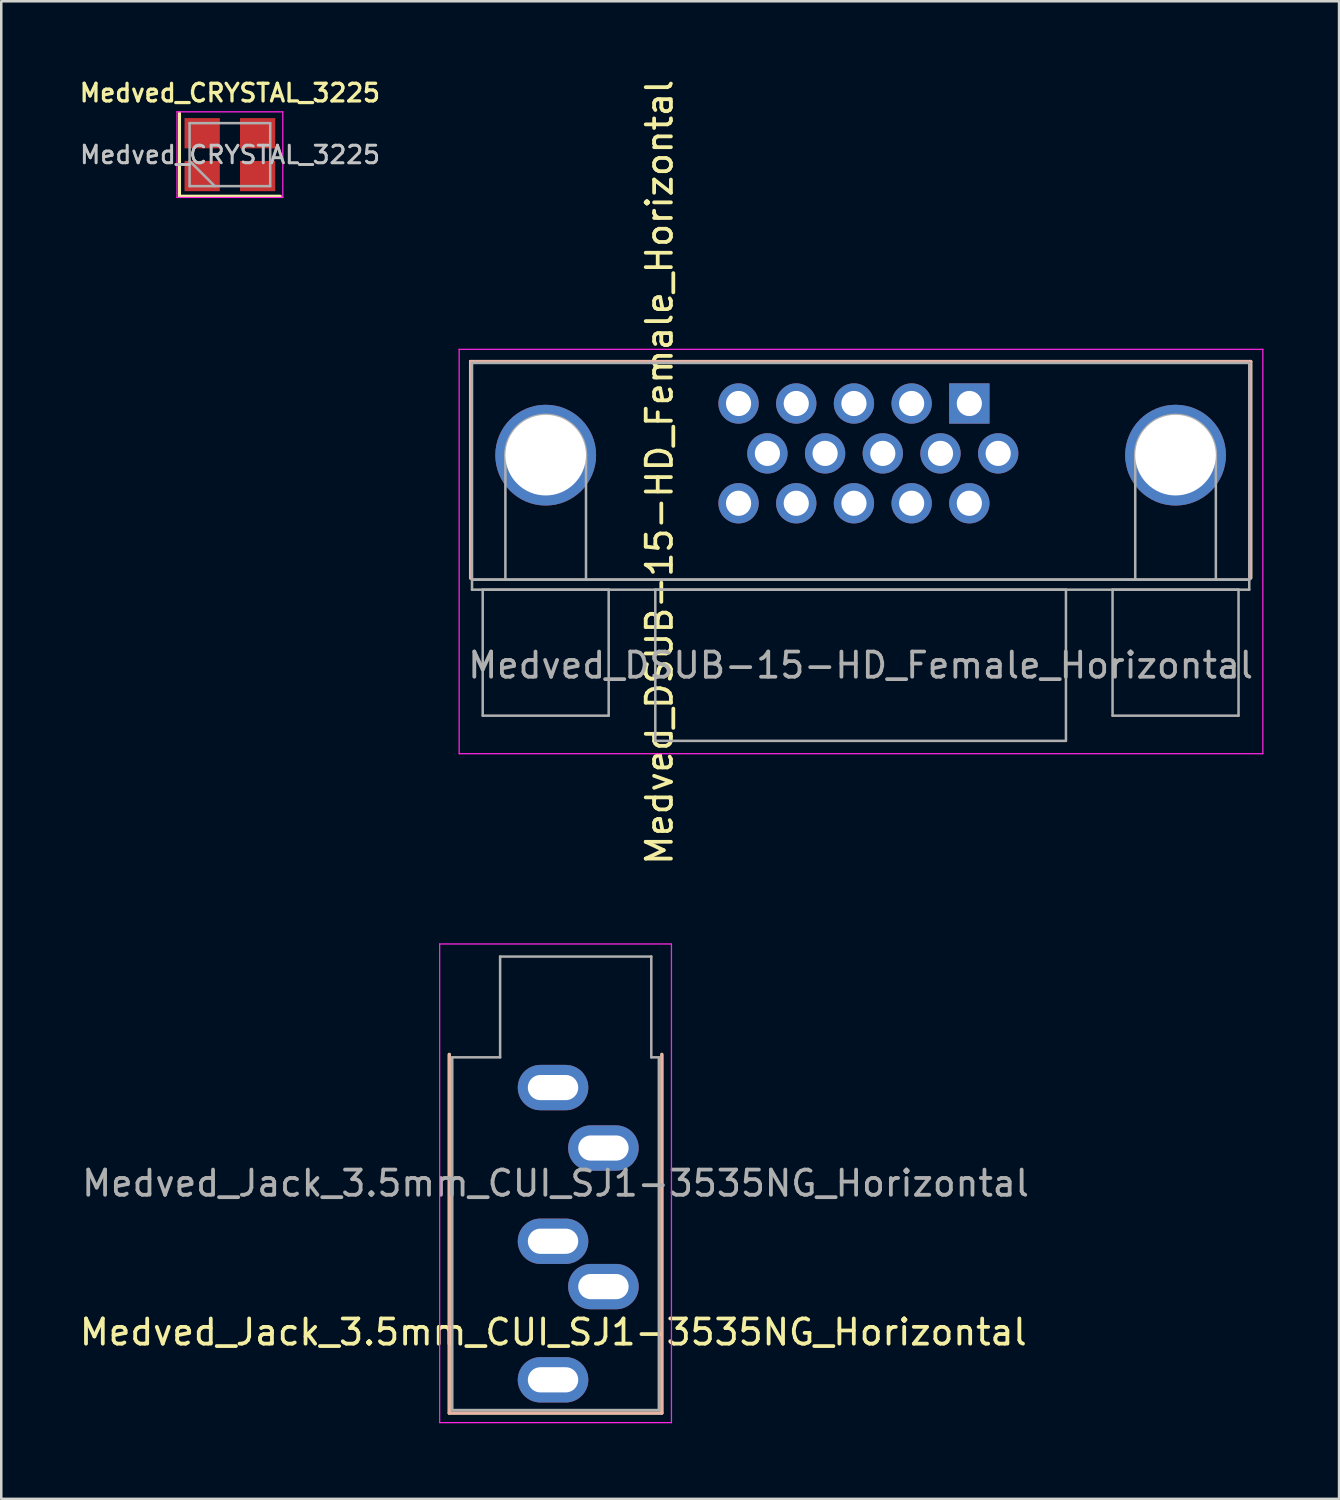
<source format=kicad_pcb>
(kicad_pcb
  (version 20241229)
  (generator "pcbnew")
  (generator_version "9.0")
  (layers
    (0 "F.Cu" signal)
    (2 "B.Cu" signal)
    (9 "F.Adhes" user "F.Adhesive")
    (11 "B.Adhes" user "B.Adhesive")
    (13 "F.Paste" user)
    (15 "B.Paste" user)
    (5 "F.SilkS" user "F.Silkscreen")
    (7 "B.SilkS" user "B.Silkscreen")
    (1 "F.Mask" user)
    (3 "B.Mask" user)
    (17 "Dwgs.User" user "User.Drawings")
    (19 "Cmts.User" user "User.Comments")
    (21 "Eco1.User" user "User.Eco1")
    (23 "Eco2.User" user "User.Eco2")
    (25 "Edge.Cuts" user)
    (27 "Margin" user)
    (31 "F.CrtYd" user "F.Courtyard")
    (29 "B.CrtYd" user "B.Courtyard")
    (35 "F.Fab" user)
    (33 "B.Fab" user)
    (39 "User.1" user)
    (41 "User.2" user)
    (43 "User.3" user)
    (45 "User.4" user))
  (footprint "Medved_DSUB-15-HD_Female_Horizontal"
    (layer "F.Cu")
    (at 35.425 12.966)
    (property "Reference" "Medved_DSUB-15-HD_Female_Horizontal" (at -12.3 2.73 90) (layer "F.SilkS") (effects (font (size 1 1) (thickness 0.15))))
    (attr through_hole)
    (fp_line (start -19.8 -1.67) (end 11.17 -1.67) (stroke (width 0.12) (type solid)) (layer "F.SilkS"))
    (fp_line (start -19.8 6.93) (end -19.8 -1.67) (stroke (width 0.12) (type solid)) (layer "F.SilkS"))
    (fp_line (start 11.17 -1.67) (end 11.17 6.93) (stroke (width 0.12) (type solid)) (layer "F.SilkS"))
    (fp_line (start -19.8 -1.67) (end 11.17 -1.67) (stroke (width 0.12) (type solid)) (layer "B.SilkS"))
    (fp_line (start -19.8 6.93) (end -19.8 -1.67) (stroke (width 0.12) (type solid)) (layer "B.SilkS"))
    (fp_line (start 11.17 -1.67) (end 11.17 6.93) (stroke (width 0.12) (type solid)) (layer "B.SilkS"))
    (fp_line (start -20.25 -2.15) (end -20.25 13.9) (stroke (width 0.05) (type solid)) (layer "F.CrtYd"))
    (fp_line (start -20.25 13.9) (end 11.65 13.9) (stroke (width 0.05) (type solid)) (layer "F.CrtYd"))
    (fp_line (start 11.65 -2.15) (end -20.25 -2.15) (stroke (width 0.05) (type solid)) (layer "F.CrtYd"))
    (fp_line (start 11.65 13.9) (end 11.65 -2.15) (stroke (width 0.05) (type solid)) (layer "F.CrtYd"))
    (fp_line (start -19.74 -1.61) (end -19.74 6.99) (stroke (width 0.1) (type solid)) (layer "F.Fab"))
    (fp_line (start -19.74 6.99) (end -19.74 7.39) (stroke (width 0.1) (type solid)) (layer "F.Fab"))
    (fp_line (start -19.74 6.99) (end 11.11 6.99) (stroke (width 0.1) (type solid)) (layer "F.Fab"))
    (fp_line (start -19.74 7.39) (end 11.11 7.39) (stroke (width 0.1) (type solid)) (layer "F.Fab"))
    (fp_line (start -19.315 7.39) (end -19.315 12.39) (stroke (width 0.1) (type solid)) (layer "F.Fab"))
    (fp_line (start -19.315 12.39) (end -14.315 12.39) (stroke (width 0.1) (type solid)) (layer "F.Fab"))
    (fp_line (start -18.415 6.99) (end -18.415 2.05) (stroke (width 0.1) (type solid)) (layer "F.Fab"))
    (fp_line (start -15.215 6.99) (end -15.215 2.05) (stroke (width 0.1) (type solid)) (layer "F.Fab"))
    (fp_line (start -14.315 7.39) (end -19.315 7.39) (stroke (width 0.1) (type solid)) (layer "F.Fab"))
    (fp_line (start -14.315 12.39) (end -14.315 7.39) (stroke (width 0.1) (type solid)) (layer "F.Fab"))
    (fp_line (start -12.465 7.39) (end -12.465 13.39) (stroke (width 0.1) (type solid)) (layer "F.Fab"))
    (fp_line (start -12.465 13.39) (end 3.835 13.39) (stroke (width 0.1) (type solid)) (layer "F.Fab"))
    (fp_line (start 3.835 7.39) (end -12.465 7.39) (stroke (width 0.1) (type solid)) (layer "F.Fab"))
    (fp_line (start 3.835 13.39) (end 3.835 7.39) (stroke (width 0.1) (type solid)) (layer "F.Fab"))
    (fp_line (start 5.685 7.39) (end 5.685 12.39) (stroke (width 0.1) (type solid)) (layer "F.Fab"))
    (fp_line (start 5.685 12.39) (end 10.685 12.39) (stroke (width 0.1) (type solid)) (layer "F.Fab"))
    (fp_line (start 6.585 6.99) (end 6.585 2.05) (stroke (width 0.1) (type solid)) (layer "F.Fab"))
    (fp_line (start 9.785 6.99) (end 9.785 2.05) (stroke (width 0.1) (type solid)) (layer "F.Fab"))
    (fp_line (start 10.685 7.39) (end 5.685 7.39) (stroke (width 0.1) (type solid)) (layer "F.Fab"))
    (fp_line (start 10.685 12.39) (end 10.685 7.39) (stroke (width 0.1) (type solid)) (layer "F.Fab"))
    (fp_line (start 11.11 -1.61) (end -19.74 -1.61) (stroke (width 0.1) (type solid)) (layer "F.Fab"))
    (fp_line (start 11.11 6.99) (end -19.74 6.99) (stroke (width 0.1) (type solid)) (layer "F.Fab"))
    (fp_line (start 11.11 6.99) (end 11.11 -1.61) (stroke (width 0.1) (type solid)) (layer "F.Fab"))
    (fp_line (start 11.11 7.39) (end 11.11 6.99) (stroke (width 0.1) (type solid)) (layer "F.Fab"))
    (fp_arc (start -18.415 2.05) (mid -16.815 0.45) (end -15.215 2.05) (stroke (width 0.1) (type solid)) (layer "F.Fab"))
    (fp_arc (start 6.585 2.05) (mid 8.185 0.45) (end 9.785 2.05) (stroke (width 0.1) (type solid)) (layer "F.Fab"))
    (fp_text user "${REFERENCE}" (at -4.315 10.39 0) (layer "F.Fab") (effects (font (size 1 1) (thickness 0.15))))
    (pad "0" thru_hole circle (at -16.815 2.05) (size 4 4) (drill 3.2) (layers "*.Cu" "*.Mask"))
    (pad "0" thru_hole circle (at 8.185 2.05) (size 4 4) (drill 3.2) (layers "*.Cu" "*.Mask"))
    (pad "1" thru_hole rect (at 0 0) (size 1.6 1.6) (drill 1) (layers "*.Cu" "*.Mask"))
    (pad "2" thru_hole circle (at -2.29 0) (size 1.6 1.6) (drill 1) (layers "*.Cu" "*.Mask"))
    (pad "3" thru_hole circle (at -4.58 0) (size 1.6 1.6) (drill 1) (layers "*.Cu" "*.Mask"))
    (pad "4" thru_hole circle (at -6.87 0) (size 1.6 1.6) (drill 1) (layers "*.Cu" "*.Mask"))
    (pad "5" thru_hole circle (at -9.16 0) (size 1.6 1.6) (drill 1) (layers "*.Cu" "*.Mask"))
    (pad "6" thru_hole circle (at 1.145 1.98) (size 1.6 1.6) (drill 1) (layers "*.Cu" "*.Mask"))
    (pad "7" thru_hole circle (at -1.145 1.98) (size 1.6 1.6) (drill 1) (layers "*.Cu" "*.Mask"))
    (pad "8" thru_hole circle (at -3.435 1.98) (size 1.6 1.6) (drill 1) (layers "*.Cu" "*.Mask"))
    (pad "9" thru_hole circle (at -5.725 1.98) (size 1.6 1.6) (drill 1) (layers "*.Cu" "*.Mask"))
    (pad "10" thru_hole circle (at -8.015 1.98) (size 1.6 1.6) (drill 1) (layers "*.Cu" "*.Mask"))
    (pad "11" thru_hole circle (at 0 3.96) (size 1.6 1.6) (drill 1) (layers "*.Cu" "*.Mask"))
    (pad "12" thru_hole circle (at -2.29 3.96) (size 1.6 1.6) (drill 1) (layers "*.Cu" "*.Mask"))
    (pad "13" thru_hole circle (at -4.58 3.96) (size 1.6 1.6) (drill 1) (layers "*.Cu" "*.Mask"))
    (pad "14" thru_hole circle (at -6.87 3.96) (size 1.6 1.6) (drill 1) (layers "*.Cu" "*.Mask"))
    (pad "15" thru_hole circle (at -9.16 3.96) (size 1.6 1.6) (drill 1) (layers "*.Cu" "*.Mask")))
  (footprint "Medved_CRYSTAL_3225"
    (layer "F.Cu")
    (at 6.075 3.088)
    (property "Reference" "Medved_CRYSTAL_3225" (at 0 -2.45 0) (layer "F.SilkS") (effects (font (size 0.7 0.7) (thickness 0.13) (bold yes))))
    (property "Value" "Medved_CRYSTAL_3225" (at 0 2.45 0) (layer "F.Fab") (hide yes) (effects (font (size 1 1) (thickness 0.15))))
    (attr smd)
    (fp_line (start -2 -1.65) (end -2 1.65) (stroke (width 0.12) (type solid)) (layer "F.SilkS"))
    (fp_line (start -2 1.65) (end 2 1.65) (stroke (width 0.12) (type solid)) (layer "F.SilkS"))
    (fp_line (start -2.1 -1.7) (end -2.1 1.7) (stroke (width 0.05) (type solid)) (layer "F.CrtYd"))
    (fp_line (start -2.1 1.7) (end 2.1 1.7) (stroke (width 0.05) (type solid)) (layer "F.CrtYd"))
    (fp_line (start 2.1 -1.7) (end -2.1 -1.7) (stroke (width 0.05) (type solid)) (layer "F.CrtYd"))
    (fp_line (start 2.1 1.7) (end 2.1 -1.7) (stroke (width 0.05) (type solid)) (layer "F.CrtYd"))
    (fp_line (start -1.6 -1.25) (end -1.6 1.25) (stroke (width 0.1) (type solid)) (layer "F.Fab"))
    (fp_line (start -1.6 0.25) (end -0.6 1.25) (stroke (width 0.1) (type solid)) (layer "F.Fab"))
    (fp_line (start -1.6 1.25) (end 1.6 1.25) (stroke (width 0.1) (type solid)) (layer "F.Fab"))
    (fp_line (start 1.6 -1.25) (end -1.6 -1.25) (stroke (width 0.1) (type solid)) (layer "F.Fab"))
    (fp_line (start 1.6 1.25) (end 1.6 -1.25) (stroke (width 0.1) (type solid)) (layer "F.Fab"))
    (fp_text user "${VALUE}" (at 0.01 0.01 0) (layer "Dwgs.User") (effects (font (size 0.7 0.7) (thickness 0.105))))
    (fp_text user "${REFERENCE}" (at 0 0 0) (layer "F.Fab") (effects (font (size 0.7 0.7) (thickness 0.105))))
    (pad "1" smd rect (at -1.1 0.85) (size 1.4 1.2) (layers "F.Cu" "F.Mask" "F.Paste"))
    (pad "2" smd rect (at 1.1 0.85) (size 1.4 1.2) (layers "F.Cu" "F.Mask" "F.Paste"))
    (pad "3" smd rect (at 1.1 -0.85) (size 1.4 1.2) (layers "F.Cu" "F.Mask" "F.Paste"))
    (pad "4" smd rect (at -1.1 -0.85) (size 1.4 1.2) (layers "F.Cu" "F.Mask" "F.Paste")))
  (footprint "Medved_Jack_3.5mm_CUI_SJ1-3535NG_Horizontal"
    (layer "F.Cu")
    (at 18.901 40.118)
    (property "Reference" "Medved_Jack_3.5mm_CUI_SJ1-3535NG_Horizontal" (at 0.01 9.71 0) (layer "F.SilkS") (effects (font (size 1 1) (thickness 0.15))))
    (attr through_hole)
    (fp_line (start -4.12 12.92) (end -4.12 -1.32) (stroke (width 0.12) (type solid)) (layer "F.SilkS"))
    (fp_line (start 4.32 -1.32) (end 4.32 12.92) (stroke (width 0.12) (type solid)) (layer "F.SilkS"))
    (fp_line (start 4.32 12.92) (end -4.12 12.92) (stroke (width 0.12) (type solid)) (layer "F.SilkS"))
    (fp_line (start -4.12 12.92) (end -4.12 -1.32) (stroke (width 0.12) (type solid)) (layer "B.SilkS"))
    (fp_line (start 4.32 -1.32) (end 4.32 12.92) (stroke (width 0.12) (type solid)) (layer "B.SilkS"))
    (fp_line (start 4.32 12.92) (end -4.12 12.92) (stroke (width 0.12) (type solid)) (layer "B.SilkS"))
    (fp_line (start -4.5 -5.7) (end -4.5 13.3) (stroke (width 0.05) (type solid)) (layer "F.CrtYd"))
    (fp_line (start -4.5 13.3) (end 4.7 13.3) (stroke (width 0.05) (type solid)) (layer "F.CrtYd"))
    (fp_line (start 4.7 -5.7) (end -4.5 -5.7) (stroke (width 0.05) (type solid)) (layer "F.CrtYd"))
    (fp_line (start 4.7 13.3) (end 4.7 -5.7) (stroke (width 0.05) (type solid)) (layer "F.CrtYd"))
    (fp_line (start -4 -1.2) (end -2.1 -1.2) (stroke (width 0.1) (type solid)) (layer "F.Fab"))
    (fp_line (start -4 12.8) (end -4 -1.2) (stroke (width 0.1) (type solid)) (layer "F.Fab"))
    (fp_line (start -2.1 -5.2) (end 3.9 -5.2) (stroke (width 0.1) (type solid)) (layer "F.Fab"))
    (fp_line (start -2.1 -1.2) (end -2.1 -5.2) (stroke (width 0.1) (type solid)) (layer "F.Fab"))
    (fp_line (start 3.9 -5.2) (end 3.9 -1.2) (stroke (width 0.1) (type solid)) (layer "F.Fab"))
    (fp_line (start 3.9 -1.2) (end 4.2 -1.2) (stroke (width 0.1) (type solid)) (layer "F.Fab"))
    (fp_line (start 4.2 -1.2) (end 4.2 12.8) (stroke (width 0.1) (type solid)) (layer "F.Fab"))
    (fp_line (start 4.2 12.8) (end -4 12.8) (stroke (width 0.1) (type solid)) (layer "F.Fab"))
    (fp_text user "${REFERENCE}" (at 0.1 3.8 0) (layer "F.Fab") (effects (font (size 1 1) (thickness 0.15))))
    (pad "R" thru_hole oval (at 2 7.9) (size 2.8 1.8) (drill oval 2 1) (layers "*.Cu" "*.Mask"))
    (pad "RN" thru_hole oval (at 0 6.1) (size 2.8 1.8) (drill oval 2 1) (layers "*.Cu" "*.Mask"))
    (pad "S" thru_hole oval (at 0 0) (size 2.8 1.8) (drill oval 2 1) (layers "*.Cu" "*.Mask"))
    (pad "T" thru_hole oval (at 2 2.4) (size 2.8 1.8) (drill oval 2 1) (layers "*.Cu" "*.Mask"))
    (pad "TN" thru_hole oval (at 0 11.6) (size 2.8 1.8) (drill oval 2 1) (layers "*.Cu" "*.Mask")))
  (gr_rect
    (start -3 -3)
    (end 50.1 56.443)
    (stroke (width 0.1) (type default))
    (fill no)
    (layer "Edge.Cuts")))
</source>
